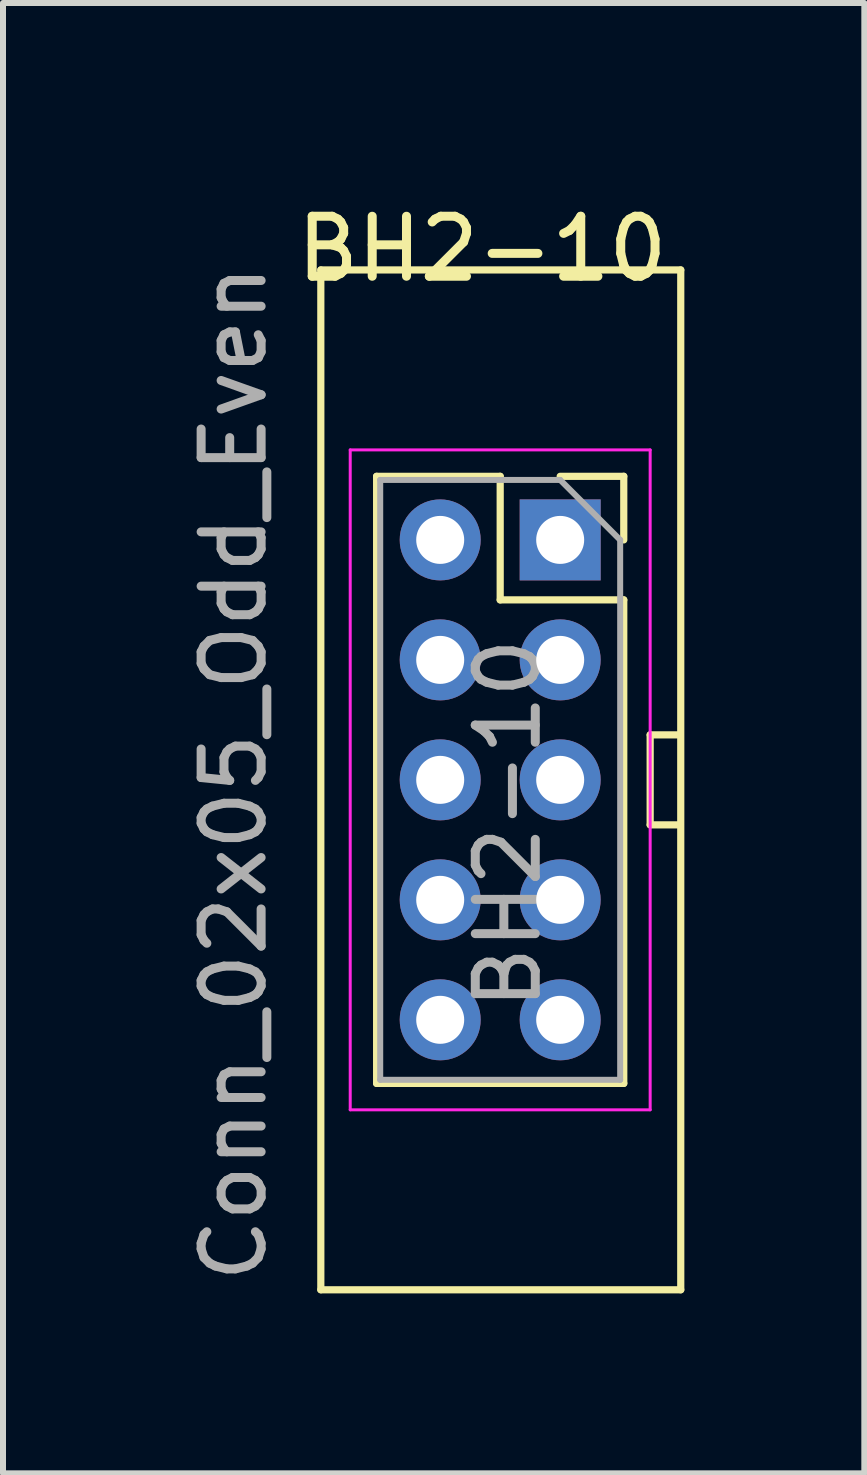
<source format=kicad_pcb>
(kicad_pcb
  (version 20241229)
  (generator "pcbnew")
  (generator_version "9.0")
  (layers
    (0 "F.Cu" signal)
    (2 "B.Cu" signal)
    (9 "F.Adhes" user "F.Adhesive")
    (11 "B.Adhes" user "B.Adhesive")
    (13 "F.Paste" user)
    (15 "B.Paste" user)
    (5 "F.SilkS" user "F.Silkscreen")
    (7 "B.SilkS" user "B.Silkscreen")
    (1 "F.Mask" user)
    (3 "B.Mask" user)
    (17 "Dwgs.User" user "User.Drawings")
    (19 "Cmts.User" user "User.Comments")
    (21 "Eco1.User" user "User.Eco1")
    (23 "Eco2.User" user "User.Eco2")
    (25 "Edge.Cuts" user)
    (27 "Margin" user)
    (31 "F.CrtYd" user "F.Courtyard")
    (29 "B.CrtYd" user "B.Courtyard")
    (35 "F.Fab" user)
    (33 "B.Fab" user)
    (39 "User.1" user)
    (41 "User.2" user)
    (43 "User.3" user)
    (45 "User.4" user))
  (footprint "BH2-10"
    (layer "F.Cu")
    (at 5.088 0.25)
    (property "Reference" "BH2-10" (at -0.1 0.85 180) (layer "F.SilkS") (effects (font (size 1 1) (thickness 0.15))))
    (attr through_hole)
    (fp_line (start -2.79 1.2) (end 3.21 1.2) (stroke (width 0.12) (type solid)) (layer "F.SilkS"))
    (fp_line (start -2.79 18.2) (end -2.79 1.2) (stroke (width 0.12) (type solid)) (layer "F.SilkS"))
    (fp_line (start -1.86 4.64) (end -1.86 14.76) (stroke (width 0.12) (type solid)) (layer "F.SilkS"))
    (fp_line (start -1.86 4.64) (end 0.2 4.64) (stroke (width 0.12) (type solid)) (layer "F.SilkS"))
    (fp_line (start -1.86 14.76) (end 2.26 14.76) (stroke (width 0.12) (type solid)) (layer "F.SilkS"))
    (fp_line (start 0.2 4.64) (end 0.2 6.7) (stroke (width 0.12) (type solid)) (layer "F.SilkS"))
    (fp_line (start 0.2 6.7) (end 2.26 6.7) (stroke (width 0.12) (type solid)) (layer "F.SilkS"))
    (fp_line (start 1.2 4.64) (end 2.26 4.64) (stroke (width 0.12) (type solid)) (layer "F.SilkS"))
    (fp_line (start 2.26 4.64) (end 2.26 5.7) (stroke (width 0.12) (type solid)) (layer "F.SilkS"))
    (fp_line (start 2.26 6.7) (end 2.26 14.76) (stroke (width 0.12) (type solid)) (layer "F.SilkS"))
    (fp_line (start 2.7 8.95) (end 2.7 10.45) (stroke (width 0.12) (type solid)) (layer "F.SilkS"))
    (fp_line (start 2.7 10.45) (end 3.2 10.45) (stroke (width 0.12) (type solid)) (layer "F.SilkS"))
    (fp_line (start 3.2 8.95) (end 2.7 8.95) (stroke (width 0.12) (type solid)) (layer "F.SilkS"))
    (fp_line (start 3.21 1.2) (end 3.21 18.2) (stroke (width 0.12) (type solid)) (layer "F.SilkS"))
    (fp_line (start 3.21 18.2) (end -2.79 18.2) (stroke (width 0.12) (type solid)) (layer "F.SilkS"))
    (fp_line (start -2.3 4.2) (end 2.7 4.2) (stroke (width 0.05) (type solid)) (layer "F.CrtYd"))
    (fp_line (start -2.3 15.2) (end -2.3 4.2) (stroke (width 0.05) (type solid)) (layer "F.CrtYd"))
    (fp_line (start 2.7 4.2) (end 2.7 15.2) (stroke (width 0.05) (type solid)) (layer "F.CrtYd"))
    (fp_line (start 2.7 15.2) (end -2.3 15.2) (stroke (width 0.05) (type solid)) (layer "F.CrtYd"))
    (fp_line (start -1.8 4.7) (end 1.2 4.7) (stroke (width 0.1) (type solid)) (layer "F.Fab"))
    (fp_line (start -1.8 14.7) (end -1.8 4.7) (stroke (width 0.1) (type solid)) (layer "F.Fab"))
    (fp_line (start 1.2 4.7) (end 2.2 5.7) (stroke (width 0.1) (type solid)) (layer "F.Fab"))
    (fp_line (start 2.2 5.7) (end 2.2 14.7) (stroke (width 0.1) (type solid)) (layer "F.Fab"))
    (fp_line (start 2.2 14.7) (end -1.8 14.7) (stroke (width 0.1) (type solid)) (layer "F.Fab"))
    (fp_text user "${REFERENCE}" (at 0.33 10.43 90) (layer "F.Fab") (effects (font (size 1 1) (thickness 0.15))))
    (fp_text user "Conn_02x05_Odd_Even" (at -4.24 9.59 90) (layer "F.Fab") (effects (font (size 1 1) (thickness 0.15))))
    (pad "1" thru_hole rect (at 1.2 5.7) (size 1.35 1.35) (drill 0.8) (layers "*.Cu" "*.Mask"))
    (pad "2" thru_hole oval (at -0.8 5.7) (size 1.35 1.35) (drill 0.8) (layers "*.Cu" "*.Mask"))
    (pad "3" thru_hole oval (at 1.2 7.7) (size 1.35 1.35) (drill 0.8) (layers "*.Cu" "*.Mask"))
    (pad "4" thru_hole oval (at -0.8 7.7) (size 1.35 1.35) (drill 0.8) (layers "*.Cu" "*.Mask"))
    (pad "5" thru_hole oval (at 1.2 9.7) (size 1.35 1.35) (drill 0.8) (layers "*.Cu" "*.Mask"))
    (pad "6" thru_hole oval (at -0.8 9.7) (size 1.35 1.35) (drill 0.8) (layers "*.Cu" "*.Mask"))
    (pad "7" thru_hole oval (at 1.2 11.7) (size 1.35 1.35) (drill 0.8) (layers "*.Cu" "*.Mask"))
    (pad "8" thru_hole oval (at -0.8 11.7) (size 1.35 1.35) (drill 0.8) (layers "*.Cu" "*.Mask"))
    (pad "9" thru_hole oval (at 1.2 13.7) (size 1.35 1.35) (drill 0.8) (layers "*.Cu" "*.Mask"))
    (pad "10" thru_hole oval (at -0.8 13.7) (size 1.35 1.35) (drill 0.8) (layers "*.Cu" "*.Mask")))
  (gr_rect
    (start -3 -3)
    (end 11.358 21.51)
    (stroke (width 0.1) (type default))
    (fill no)
    (layer "Edge.Cuts")))
</source>
